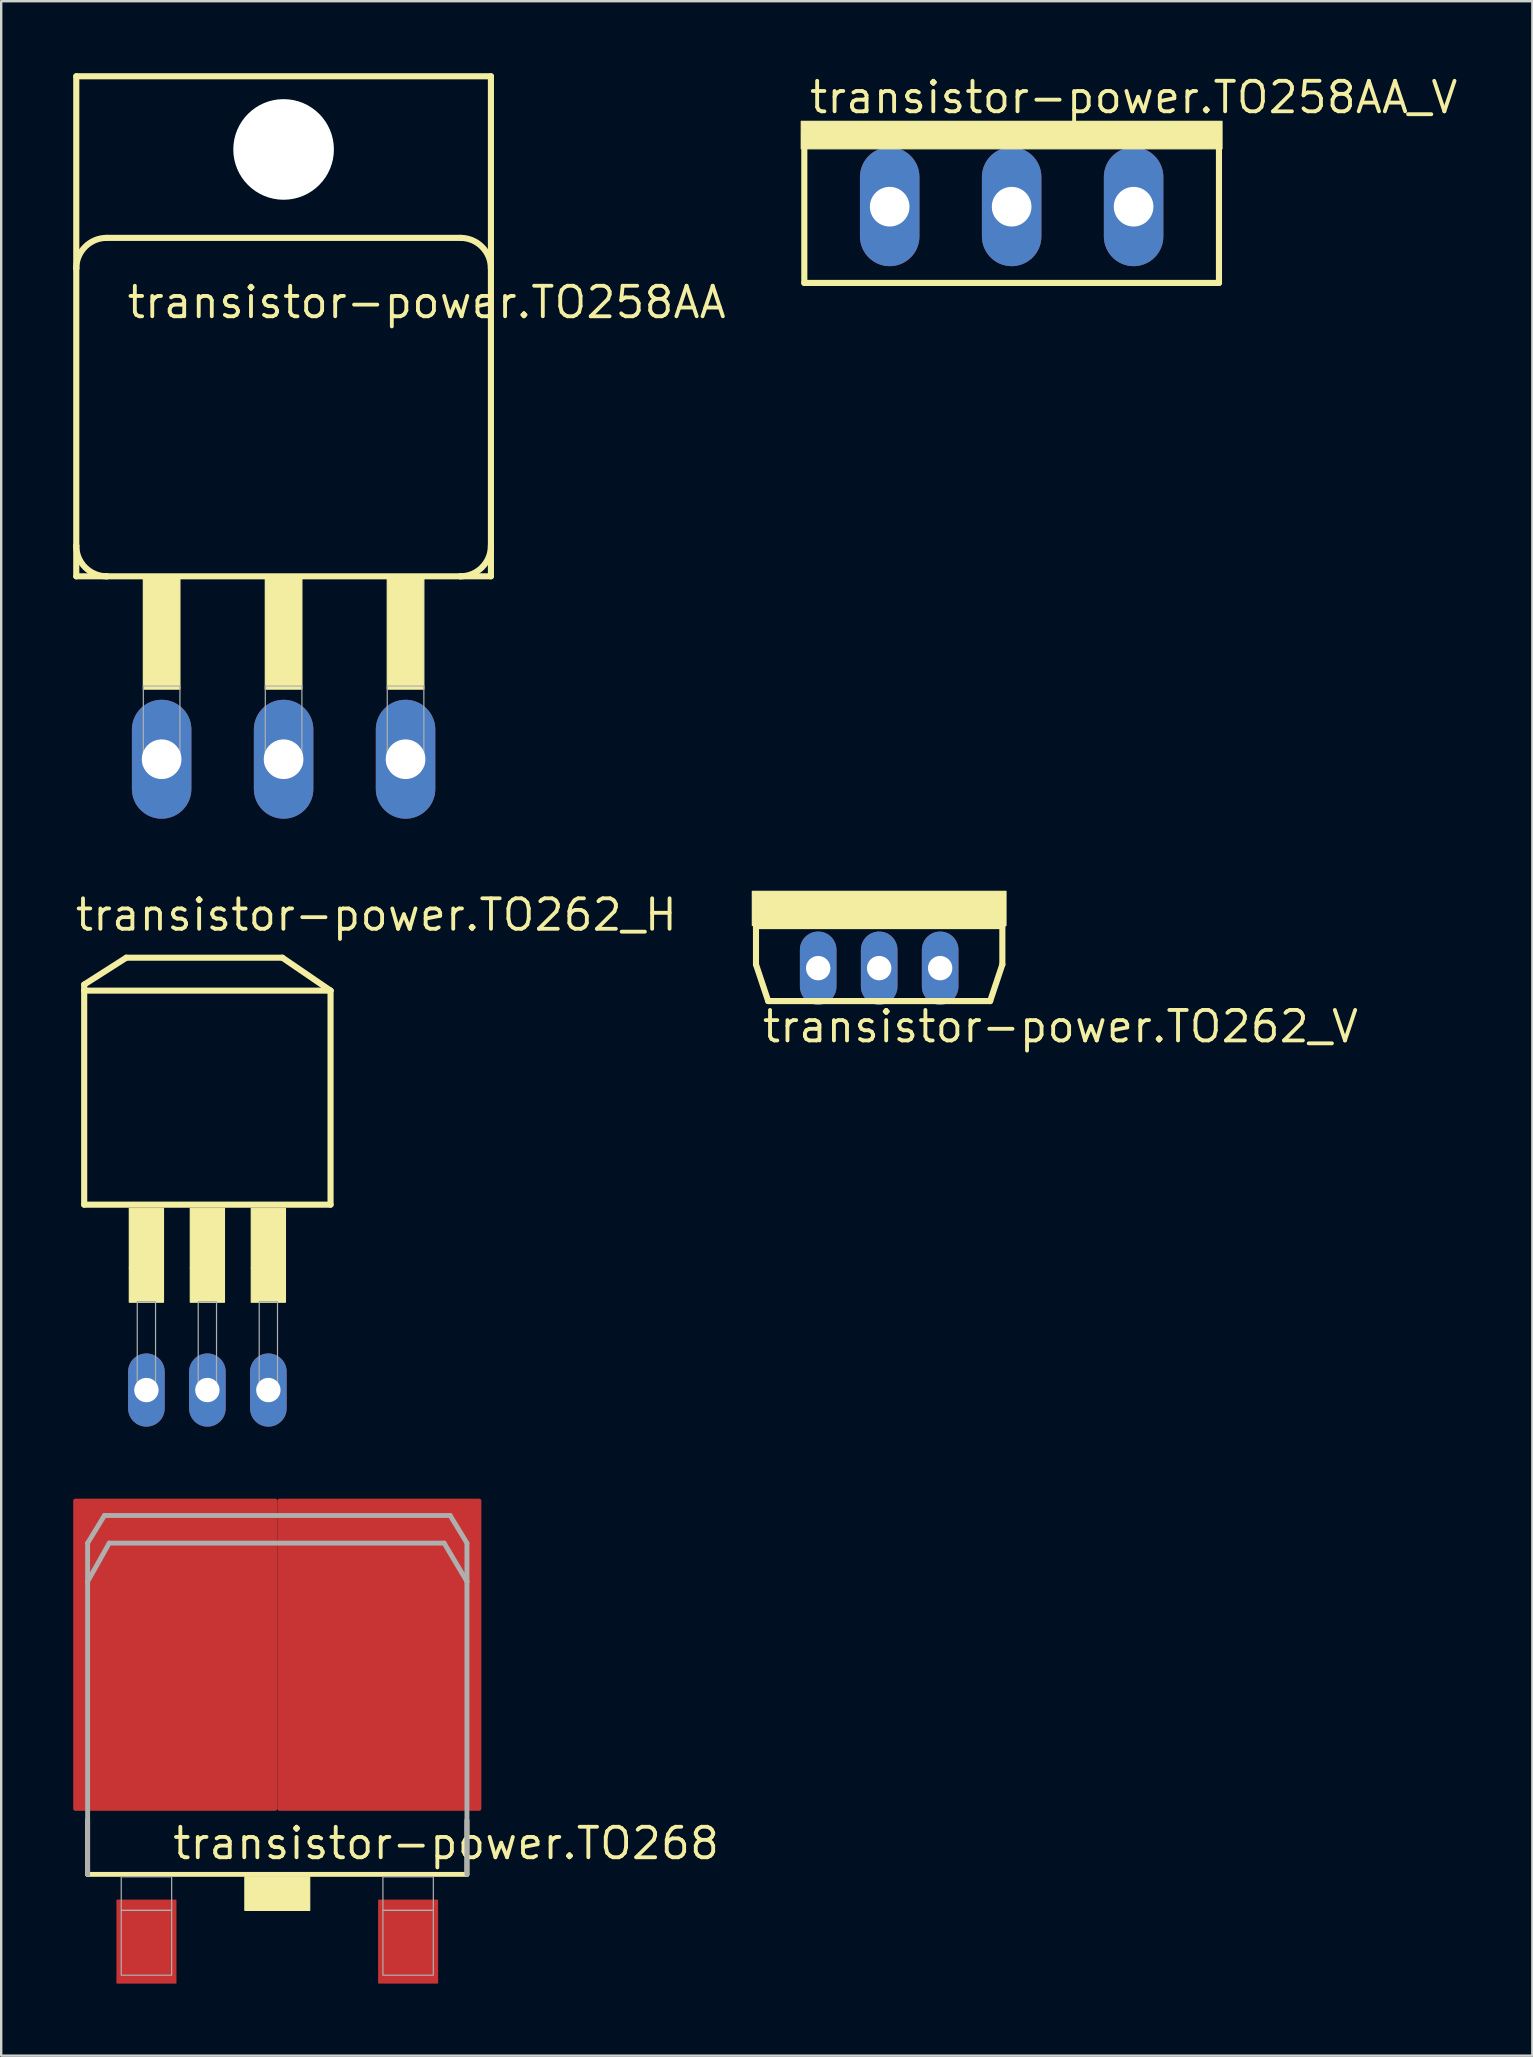
<source format=kicad_pcb>
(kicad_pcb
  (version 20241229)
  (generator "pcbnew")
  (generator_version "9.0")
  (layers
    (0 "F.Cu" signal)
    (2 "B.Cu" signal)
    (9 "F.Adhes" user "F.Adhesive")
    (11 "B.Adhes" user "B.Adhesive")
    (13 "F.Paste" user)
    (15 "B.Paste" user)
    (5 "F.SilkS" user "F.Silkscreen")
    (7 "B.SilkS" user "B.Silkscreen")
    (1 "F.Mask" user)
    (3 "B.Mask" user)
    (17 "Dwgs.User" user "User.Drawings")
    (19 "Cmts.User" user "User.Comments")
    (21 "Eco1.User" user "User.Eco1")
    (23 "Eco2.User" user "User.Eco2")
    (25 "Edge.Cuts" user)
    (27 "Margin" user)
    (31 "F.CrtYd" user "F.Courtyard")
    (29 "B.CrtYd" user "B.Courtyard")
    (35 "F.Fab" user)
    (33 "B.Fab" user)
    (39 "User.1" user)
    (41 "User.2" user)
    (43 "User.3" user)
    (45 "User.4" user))
  (footprint "transistor-power.TO262_V"
    (layer "F.Cu")
    (at 33.571 37.277)
    (property "Reference" "transistor-power.TO262_V" (at -4.953 3.175 0) (layer "F.SilkS") (effects (font (size 1.27 1.27) (thickness 0.16)) (justify left bottom)))
    (attr through_hole)
    (fp_line (start -5.131 -1.753) (end -5.131 -0.152) (stroke (width 0.254) (type default)) (layer "F.SilkS"))
    (fp_line (start -5.131 -1.753) (end 5.131 -1.753) (stroke (width 0.254) (type default)) (layer "F.SilkS"))
    (fp_line (start -5.131 -0.152) (end -4.623 1.372) (stroke (width 0.254) (type default)) (layer "F.SilkS"))
    (fp_line (start -4.623 1.372) (end 4.623 1.372) (stroke (width 0.254) (type default)) (layer "F.SilkS"))
    (fp_line (start 4.623 1.372) (end 5.131 -0.152) (stroke (width 0.254) (type default)) (layer "F.SilkS"))
    (fp_line (start 5.131 -0.152) (end 5.131 -1.753) (stroke (width 0.254) (type default)) (layer "F.SilkS"))
    (fp_rect (start -5.283 -1.778) (end 5.283 -3.2) (stroke (width 0.05) (type default)) (fill yes) (layer "F.SilkS"))
    (pad "1" thru_hole oval (at -2.54 0 90) (size 3.048 1.524) (drill 1.016) (layers "*.Cu" "*.Mask"))
    (pad "2" thru_hole oval (at 0 0 90) (size 3.048 1.524) (drill 1.016) (layers "*.Cu" "*.Mask"))
    (pad "3" thru_hole oval (at 2.54 0 90) (size 3.048 1.524) (drill 1.016) (layers "*.Cu" "*.Mask")))
  (footprint "transistor-power.TO268"
    (layer "F.Cu")
    (at 8.5 68.126)
    (property "Reference" "transistor-power.TO268" (at -4.445 6.35 0) (layer "F.SilkS") (effects (font (size 1.27 1.27) (thickness 0.16)) (justify left bottom)))
    (attr smd)
    (fp_line (start -7.9 6.9) (end -7.9 4.65) (stroke (width 0.203) (type default)) (layer "F.SilkS"))
    (fp_line (start -7.9 6.9) (end 7.9 6.9) (stroke (width 0.203) (type default)) (layer "F.SilkS"))
    (fp_line (start 7.9 4.65) (end 7.9 6.9) (stroke (width 0.203) (type default)) (layer "F.SilkS"))
    (fp_rect (start -1.35 8.4) (end 1.35 7) (stroke (width 0.05) (type default)) (fill yes) (layer "F.SilkS"))
    (fp_line (start -7.9 -6.9) (end -7.2 -8.05) (stroke (width 0.203) (type default)) (layer "F.Fab"))
    (fp_line (start -7.9 -5.3) (end -7.9 -6.9) (stroke (width 0.203) (type default)) (layer "F.Fab"))
    (fp_line (start -7.9 -5.3) (end -7.9 6.9) (stroke (width 0.203) (type default)) (layer "F.Fab"))
    (fp_line (start -7 -6.9) (end -7.9 -5.3) (stroke (width 0.203) (type default)) (layer "F.Fab"))
    (fp_line (start 6.95 -6.9) (end -7 -6.9) (stroke (width 0.203) (type default)) (layer "F.Fab"))
    (fp_line (start 7.2 -8.05) (end -7.2 -8.05) (stroke (width 0.203) (type default)) (layer "F.Fab"))
    (fp_line (start 7.9 -6.9) (end 7.2 -8.05) (stroke (width 0.203) (type default)) (layer "F.Fab"))
    (fp_line (start 7.9 -5.3) (end 6.95 -6.9) (stroke (width 0.203) (type default)) (layer "F.Fab"))
    (fp_line (start 7.9 -5.3) (end 7.9 -6.9) (stroke (width 0.203) (type default)) (layer "F.Fab"))
    (fp_line (start 7.9 6.9) (end 7.9 -5.3) (stroke (width 0.203) (type default)) (layer "F.Fab"))
    (fp_rect (start -6.5 8.4) (end -4.4 7) (stroke (width 0.05) (type default)) (fill no) (layer "F.Fab"))
    (fp_rect (start -6.5 11.1) (end -4.4 8.4) (stroke (width 0.05) (type default)) (fill no) (layer "F.Fab"))
    (fp_rect (start 4.4 8.4) (end 6.5 7) (stroke (width 0.05) (type default)) (fill no) (layer "F.Fab"))
    (fp_rect (start 4.4 11.1) (end 6.5 8.4) (stroke (width 0.05) (type default)) (fill no) (layer "F.Fab"))
    (pad "C@1" smd roundrect (at -4.25 -2.25) (size 8.5 13) (layers "F.Cu" "F.Mask" "F.Paste") (roundrect_rratio 0.01))
    (pad "C@2" smd roundrect (at 4.25 -2.25) (size 8.5 13) (layers "F.Cu" "F.Mask" "F.Paste") (roundrect_rratio 0.01))
    (pad "E" smd roundrect (at 5.45 9.7) (size 2.5 3.5) (layers "F.Cu" "F.Mask" "F.Paste") (roundrect_rratio 0.01))
    (pad "G" smd roundrect (at -5.45 9.7) (size 2.5 3.5) (layers "F.Cu" "F.Mask" "F.Paste") (roundrect_rratio 0.01)))
  (footprint "transistor-power.TO262_H"
    (layer "F.Cu")
    (at 5.588 42.151)
    (property "Reference" "transistor-power.TO262_H" (at -5.588 -6.35 0) (layer "F.SilkS") (effects (font (size 1.27 1.27) (thickness 0.16)) (justify left bottom)))
    (attr through_hole)
    (fp_line (start -5.131 -4.191) (end -5.131 -3.937) (stroke (width 0.254) (type default)) (layer "F.SilkS"))
    (fp_line (start -5.131 -3.937) (end -5.131 4.978) (stroke (width 0.254) (type default)) (layer "F.SilkS"))
    (fp_line (start -5.131 -3.937) (end 5.131 -3.937) (stroke (width 0.254) (type default)) (layer "F.SilkS"))
    (fp_line (start -5.131 4.978) (end 5.131 4.978) (stroke (width 0.254) (type default)) (layer "F.SilkS"))
    (fp_line (start -3.378 -5.309) (end -5.131 -4.191) (stroke (width 0.254) (type default)) (layer "F.SilkS"))
    (fp_line (start 3.124 -5.309) (end -3.378 -5.309) (stroke (width 0.254) (type default)) (layer "F.SilkS"))
    (fp_line (start 5.131 -3.937) (end 3.124 -5.309) (stroke (width 0.254) (type default)) (layer "F.SilkS"))
    (fp_line (start 5.131 4.978) (end 5.131 -3.937) (stroke (width 0.254) (type default)) (layer "F.SilkS"))
    (fp_rect (start -3.251 7.62) (end -1.829 5.131) (stroke (width 0.05) (type default)) (fill yes) (layer "F.SilkS"))
    (fp_rect (start -3.251 9.042) (end -1.829 7.62) (stroke (width 0.05) (type default)) (fill yes) (layer "F.SilkS"))
    (fp_rect (start -0.711 7.62) (end 0.711 5.131) (stroke (width 0.05) (type default)) (fill yes) (layer "F.SilkS"))
    (fp_rect (start -0.711 9.042) (end 0.711 7.62) (stroke (width 0.05) (type default)) (fill yes) (layer "F.SilkS"))
    (fp_rect (start 1.829 7.62) (end 3.251 5.131) (stroke (width 0.05) (type default)) (fill yes) (layer "F.SilkS"))
    (fp_rect (start 1.829 9.042) (end 3.251 7.62) (stroke (width 0.05) (type default)) (fill yes) (layer "F.SilkS"))
    (fp_rect (start -2.921 12.954) (end -2.159 9.017) (stroke (width 0.05) (type default)) (fill no) (layer "F.Fab"))
    (fp_rect (start -0.381 12.954) (end 0.381 9.017) (stroke (width 0.05) (type default)) (fill no) (layer "F.Fab"))
    (fp_rect (start 2.159 12.954) (end 2.921 9.017) (stroke (width 0.05) (type default)) (fill no) (layer "F.Fab"))
    (pad "1" thru_hole oval (at -2.54 12.7 90) (size 3.048 1.524) (drill 1.016) (layers "*.Cu" "*.Mask"))
    (pad "2" thru_hole oval (at 0 12.7 90) (size 3.048 1.524) (drill 1.016) (layers "*.Cu" "*.Mask"))
    (pad "3" thru_hole oval (at 2.54 12.7 90) (size 3.048 1.524) (drill 1.016) (layers "*.Cu" "*.Mask")))
  (footprint "transistor-power.TO258AA_V"
    (layer "F.Cu")
    (at 39.089 5.56)
    (property "Reference" "transistor-power.TO258AA_V" (at -8.509 -3.81 0) (layer "F.SilkS") (effects (font (size 1.27 1.27) (thickness 0.16)) (justify left bottom)))
    (attr through_hole)
    (fp_line (start -8.636 -3.048) (end -8.636 3.175) (stroke (width 0.254) (type default)) (layer "F.SilkS"))
    (fp_line (start -8.636 3.175) (end 8.636 3.175) (stroke (width 0.254) (type default)) (layer "F.SilkS"))
    (fp_line (start 8.636 -3.048) (end -8.636 -3.048) (stroke (width 0.254) (type default)) (layer "F.SilkS"))
    (fp_line (start 8.636 3.175) (end 8.636 -3.048) (stroke (width 0.254) (type default)) (layer "F.SilkS"))
    (fp_rect (start -8.763 -2.413) (end 8.763 -3.556) (stroke (width 0.05) (type default)) (fill yes) (layer "F.SilkS"))
    (pad "1-D" thru_hole oval (at -5.08 0 90) (size 4.953 2.477) (drill 1.651) (layers "*.Cu" "*.Mask"))
    (pad "2-S" thru_hole oval (at 0 0 90) (size 4.953 2.477) (drill 1.651) (layers "*.Cu" "*.Mask"))
    (pad "3-G" thru_hole oval (at 5.08 0 90) (size 4.953 2.477) (drill 1.651) (layers "*.Cu" "*.Mask")))
  (footprint "transistor-power.TO258AA"
    (layer "F.Cu")
    (at 8.763 3.175)
    (property "Reference" "transistor-power.TO258AA" (at -6.604 7.112 0) (layer "F.SilkS") (effects (font (size 1.27 1.27) (thickness 0.16)) (justify left bottom)))
    (attr through_hole)
    (fp_line (start -8.636 -3.048) (end -8.636 4.953) (stroke (width 0.254) (type default)) (layer "F.SilkS"))
    (fp_line (start -8.636 4.953) (end -8.636 16.51) (stroke (width 0.254) (type default)) (layer "F.SilkS"))
    (fp_line (start -8.636 16.51) (end -8.636 17.78) (stroke (width 0.254) (type default)) (layer "F.SilkS"))
    (fp_line (start -8.636 17.78) (end -7.366 17.78) (stroke (width 0.254) (type default)) (layer "F.SilkS"))
    (fp_line (start -7.366 17.78) (end 7.366 17.78) (stroke (width 0.254) (type default)) (layer "F.SilkS"))
    (fp_line (start 7.366 3.683) (end -7.366 3.683) (stroke (width 0.254) (type default)) (layer "F.SilkS"))
    (fp_line (start 7.366 17.78) (end 8.636 17.78) (stroke (width 0.254) (type default)) (layer "F.SilkS"))
    (fp_line (start 8.636 -3.048) (end -8.636 -3.048) (stroke (width 0.254) (type default)) (layer "F.SilkS"))
    (fp_line (start 8.636 4.953) (end 8.636 -3.048) (stroke (width 0.254) (type default)) (layer "F.SilkS"))
    (fp_line (start 8.636 16.51) (end 8.636 4.953) (stroke (width 0.254) (type default)) (layer "F.SilkS"))
    (fp_line (start 8.636 17.78) (end 8.636 16.51) (stroke (width 0.254) (type default)) (layer "F.SilkS"))
    (fp_rect (start -5.842 22.479) (end -4.318 17.78) (stroke (width 0.05) (type default)) (fill yes) (layer "F.SilkS"))
    (fp_rect (start -0.762 22.479) (end 0.762 17.78) (stroke (width 0.05) (type default)) (fill yes) (layer "F.SilkS"))
    (fp_rect (start 4.318 22.479) (end 5.842 17.78) (stroke (width 0.05) (type default)) (fill yes) (layer "F.SilkS"))
    (fp_arc (start -8.636 4.953) (mid -8.264026 4.054974) (end -7.366 3.683) (stroke (width 0.254) (type default)) (layer "F.SilkS"))
    (fp_arc (start -7.366 17.78) (mid -8.264026 17.408026) (end -8.636 16.51) (stroke (width 0.254) (type default)) (layer "F.SilkS"))
    (fp_arc (start 7.366 3.683) (mid 8.264026 4.054974) (end 8.636 4.953) (stroke (width 0.254) (type default)) (layer "F.SilkS"))
    (fp_arc (start 8.636 16.51) (mid 8.264026 17.408026) (end 7.366 17.78) (stroke (width 0.254) (type default)) (layer "F.SilkS"))
    (fp_rect (start -5.842 25.654) (end -4.318 22.352) (stroke (width 0.05) (type default)) (fill no) (layer "F.Fab"))
    (fp_rect (start -0.762 25.654) (end 0.762 22.352) (stroke (width 0.05) (type default)) (fill no) (layer "F.Fab"))
    (fp_rect (start 4.318 25.654) (end 5.842 22.352) (stroke (width 0.05) (type default)) (fill no) (layer "F.Fab"))
    (pad "" np_thru_hole circle (at 0 0) (size 4.191 4.191) (drill 4.191) (layers "*.Cu" "*.Mask"))
    (pad "1-D" thru_hole oval (at -5.08 25.4 90) (size 4.953 2.477) (drill 1.651) (layers "*.Cu" "*.Mask"))
    (pad "2-S" thru_hole oval (at 0 25.4 90) (size 4.953 2.477) (drill 1.651) (layers "*.Cu" "*.Mask"))
    (pad "3-G" thru_hole oval (at 5.08 25.4 90) (size 4.953 2.477) (drill 1.651) (layers "*.Cu" "*.Mask")))
  (gr_rect
    (start -3 -3)
    (end 60.779 82.576)
    (stroke (width 0.1) (type default))
    (fill no)
    (layer "Edge.Cuts")))
</source>
